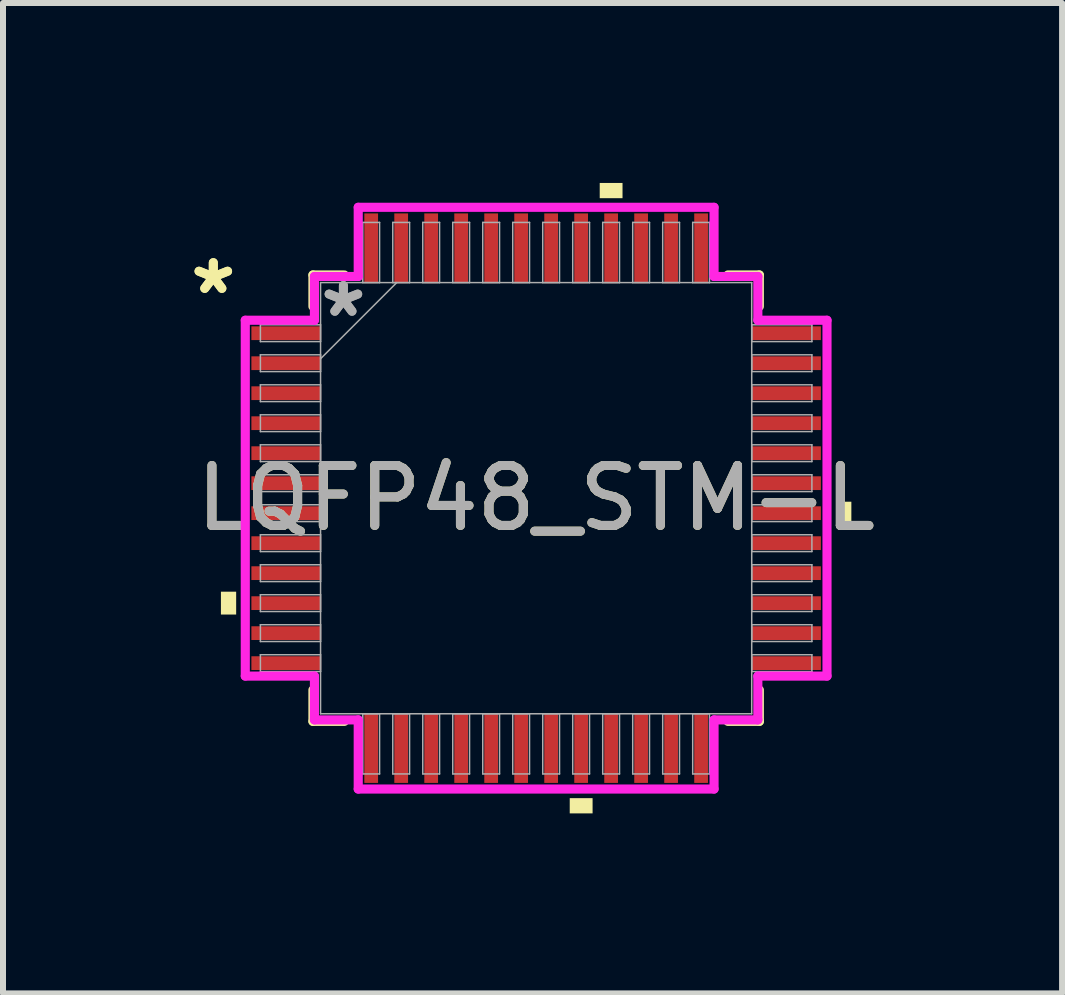
<source format=kicad_pcb>
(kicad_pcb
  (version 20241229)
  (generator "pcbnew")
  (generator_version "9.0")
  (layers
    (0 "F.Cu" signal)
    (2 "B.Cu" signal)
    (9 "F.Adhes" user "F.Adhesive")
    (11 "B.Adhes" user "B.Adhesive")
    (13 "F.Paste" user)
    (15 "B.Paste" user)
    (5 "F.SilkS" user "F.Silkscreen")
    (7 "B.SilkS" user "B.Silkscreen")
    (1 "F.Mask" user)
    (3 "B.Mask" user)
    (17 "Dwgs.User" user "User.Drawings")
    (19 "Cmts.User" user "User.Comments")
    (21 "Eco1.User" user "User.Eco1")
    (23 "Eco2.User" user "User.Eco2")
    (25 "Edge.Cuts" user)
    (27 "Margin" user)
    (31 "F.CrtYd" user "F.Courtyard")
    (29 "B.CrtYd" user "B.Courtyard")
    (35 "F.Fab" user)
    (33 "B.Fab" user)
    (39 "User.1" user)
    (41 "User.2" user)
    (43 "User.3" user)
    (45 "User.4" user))
  (footprint "LQFP48_STM-L"
    (layer "F.Cu")
    (at 5.888 5.255)
    (property "Reference" "LQFP48_STM-L" (at 0 0 0) (unlocked yes) (layer "F.SilkS") (effects (font (size 1 1) (thickness 0.15))))
    (attr smd)
    (fp_line (start -3.721 -3.721) (end -3.721 -3.197) (stroke (width 0.152) (type solid)) (layer "F.SilkS"))
    (fp_line (start -3.721 3.197) (end -3.721 3.721) (stroke (width 0.152) (type solid)) (layer "F.SilkS"))
    (fp_line (start -3.721 3.721) (end -3.197 3.721) (stroke (width 0.152) (type solid)) (layer "F.SilkS"))
    (fp_line (start -3.197 -3.721) (end -3.721 -3.721) (stroke (width 0.152) (type solid)) (layer "F.SilkS"))
    (fp_line (start 3.197 3.721) (end 3.721 3.721) (stroke (width 0.152) (type solid)) (layer "F.SilkS"))
    (fp_line (start 3.721 -3.721) (end 3.197 -3.721) (stroke (width 0.152) (type solid)) (layer "F.SilkS"))
    (fp_line (start 3.721 -3.197) (end 3.721 -3.721) (stroke (width 0.152) (type solid)) (layer "F.SilkS"))
    (fp_line (start 3.721 3.721) (end 3.721 3.197) (stroke (width 0.152) (type solid)) (layer "F.SilkS"))
    (fp_poly (pts (xy -5.255 1.559) (xy -5.255 1.94) (xy -5.001 1.94) (xy -5.001 1.559)) (stroke (width 0) (type solid)) (fill yes) (layer "F.SilkS"))
    (fp_poly (pts (xy 0.56 5.001) (xy 0.56 5.255) (xy 0.941 5.255) (xy 0.941 5.001)) (stroke (width 0) (type solid)) (fill yes) (layer "F.SilkS"))
    (fp_poly (pts (xy 1.06 -5.001) (xy 1.06 -5.255) (xy 1.44 -5.255) (xy 1.44 -5.001)) (stroke (width 0) (type solid)) (fill yes) (layer "F.SilkS"))
    (fp_poly (pts (xy 5.255 0.059) (xy 5.255 0.441) (xy 5.001 0.441) (xy 5.001 0.059)) (stroke (width 0) (type solid)) (fill yes) (layer "F.SilkS"))
    (fp_line (start -4.849 -2.966) (end -3.696 -2.966) (stroke (width 0.152) (type solid)) (layer "F.CrtYd"))
    (fp_line (start -4.849 2.966) (end -4.849 -2.966) (stroke (width 0.152) (type solid)) (layer "F.CrtYd"))
    (fp_line (start -3.696 -3.696) (end -2.966 -3.696) (stroke (width 0.152) (type solid)) (layer "F.CrtYd"))
    (fp_line (start -3.696 -2.966) (end -3.696 -3.696) (stroke (width 0.152) (type solid)) (layer "F.CrtYd"))
    (fp_line (start -3.696 2.966) (end -4.849 2.966) (stroke (width 0.152) (type solid)) (layer "F.CrtYd"))
    (fp_line (start -3.696 3.696) (end -3.696 2.966) (stroke (width 0.152) (type solid)) (layer "F.CrtYd"))
    (fp_line (start -3.696 3.696) (end -2.966 3.696) (stroke (width 0.152) (type solid)) (layer "F.CrtYd"))
    (fp_line (start -2.966 -4.849) (end 2.966 -4.849) (stroke (width 0.152) (type solid)) (layer "F.CrtYd"))
    (fp_line (start -2.966 -3.696) (end -2.966 -4.849) (stroke (width 0.152) (type solid)) (layer "F.CrtYd"))
    (fp_line (start -2.966 3.696) (end -2.966 4.849) (stroke (width 0.152) (type solid)) (layer "F.CrtYd"))
    (fp_line (start -2.966 4.849) (end 2.966 4.849) (stroke (width 0.152) (type solid)) (layer "F.CrtYd"))
    (fp_line (start 2.966 -4.849) (end 2.966 -3.696) (stroke (width 0.152) (type solid)) (layer "F.CrtYd"))
    (fp_line (start 2.966 -3.696) (end 3.696 -3.696) (stroke (width 0.152) (type solid)) (layer "F.CrtYd"))
    (fp_line (start 2.966 3.696) (end 3.696 3.696) (stroke (width 0.152) (type solid)) (layer "F.CrtYd"))
    (fp_line (start 2.966 4.849) (end 2.966 3.696) (stroke (width 0.152) (type solid)) (layer "F.CrtYd"))
    (fp_line (start 3.696 -2.966) (end 3.696 -3.696) (stroke (width 0.152) (type solid)) (layer "F.CrtYd"))
    (fp_line (start 3.696 2.966) (end 4.849 2.966) (stroke (width 0.152) (type solid)) (layer "F.CrtYd"))
    (fp_line (start 3.696 3.696) (end 3.696 2.966) (stroke (width 0.152) (type solid)) (layer "F.CrtYd"))
    (fp_line (start 4.849 -2.966) (end 3.696 -2.966) (stroke (width 0.152) (type solid)) (layer "F.CrtYd"))
    (fp_line (start 4.849 2.966) (end 4.849 -2.966) (stroke (width 0.152) (type solid)) (layer "F.CrtYd"))
    (fp_line (start -4.597 -2.89) (end -4.597 -2.61) (stroke (width 0.025) (type solid)) (layer "F.Fab"))
    (fp_line (start -4.597 -2.61) (end -3.594 -2.61) (stroke (width 0.025) (type solid)) (layer "F.Fab"))
    (fp_line (start -4.597 -2.39) (end -4.597 -2.11) (stroke (width 0.025) (type solid)) (layer "F.Fab"))
    (fp_line (start -4.597 -2.11) (end -3.594 -2.11) (stroke (width 0.025) (type solid)) (layer "F.Fab"))
    (fp_line (start -4.597 -1.89) (end -4.597 -1.61) (stroke (width 0.025) (type solid)) (layer "F.Fab"))
    (fp_line (start -4.597 -1.61) (end -3.594 -1.61) (stroke (width 0.025) (type solid)) (layer "F.Fab"))
    (fp_line (start -4.597 -1.39) (end -4.597 -1.11) (stroke (width 0.025) (type solid)) (layer "F.Fab"))
    (fp_line (start -4.597 -1.11) (end -3.594 -1.11) (stroke (width 0.025) (type solid)) (layer "F.Fab"))
    (fp_line (start -4.597 -0.89) (end -4.597 -0.61) (stroke (width 0.025) (type solid)) (layer "F.Fab"))
    (fp_line (start -4.597 -0.61) (end -3.594 -0.61) (stroke (width 0.025) (type solid)) (layer "F.Fab"))
    (fp_line (start -4.597 -0.39) (end -4.597 -0.11) (stroke (width 0.025) (type solid)) (layer "F.Fab"))
    (fp_line (start -4.597 -0.11) (end -3.594 -0.11) (stroke (width 0.025) (type solid)) (layer "F.Fab"))
    (fp_line (start -4.597 0.11) (end -4.597 0.39) (stroke (width 0.025) (type solid)) (layer "F.Fab"))
    (fp_line (start -4.597 0.39) (end -3.594 0.39) (stroke (width 0.025) (type solid)) (layer "F.Fab"))
    (fp_line (start -4.597 0.61) (end -4.597 0.89) (stroke (width 0.025) (type solid)) (layer "F.Fab"))
    (fp_line (start -4.597 0.89) (end -3.594 0.89) (stroke (width 0.025) (type solid)) (layer "F.Fab"))
    (fp_line (start -4.597 1.11) (end -4.597 1.39) (stroke (width 0.025) (type solid)) (layer "F.Fab"))
    (fp_line (start -4.597 1.39) (end -3.594 1.39) (stroke (width 0.025) (type solid)) (layer "F.Fab"))
    (fp_line (start -4.597 1.61) (end -4.597 1.89) (stroke (width 0.025) (type solid)) (layer "F.Fab"))
    (fp_line (start -4.597 1.89) (end -3.594 1.89) (stroke (width 0.025) (type solid)) (layer "F.Fab"))
    (fp_line (start -4.597 2.11) (end -4.597 2.39) (stroke (width 0.025) (type solid)) (layer "F.Fab"))
    (fp_line (start -4.597 2.39) (end -3.594 2.39) (stroke (width 0.025) (type solid)) (layer "F.Fab"))
    (fp_line (start -4.597 2.61) (end -4.597 2.89) (stroke (width 0.025) (type solid)) (layer "F.Fab"))
    (fp_line (start -4.597 2.89) (end -3.594 2.89) (stroke (width 0.025) (type solid)) (layer "F.Fab"))
    (fp_line (start -3.594 -3.594) (end -3.594 3.594) (stroke (width 0.025) (type solid)) (layer "F.Fab"))
    (fp_line (start -3.594 -2.89) (end -4.597 -2.89) (stroke (width 0.025) (type solid)) (layer "F.Fab"))
    (fp_line (start -3.594 -2.61) (end -3.594 -2.89) (stroke (width 0.025) (type solid)) (layer "F.Fab"))
    (fp_line (start -3.594 -2.39) (end -4.597 -2.39) (stroke (width 0.025) (type solid)) (layer "F.Fab"))
    (fp_line (start -3.594 -2.324) (end -2.324 -3.594) (stroke (width 0.025) (type solid)) (layer "F.Fab"))
    (fp_line (start -3.594 -2.11) (end -3.594 -2.39) (stroke (width 0.025) (type solid)) (layer "F.Fab"))
    (fp_line (start -3.594 -1.89) (end -4.597 -1.89) (stroke (width 0.025) (type solid)) (layer "F.Fab"))
    (fp_line (start -3.594 -1.61) (end -3.594 -1.89) (stroke (width 0.025) (type solid)) (layer "F.Fab"))
    (fp_line (start -3.594 -1.39) (end -4.597 -1.39) (stroke (width 0.025) (type solid)) (layer "F.Fab"))
    (fp_line (start -3.594 -1.11) (end -3.594 -1.39) (stroke (width 0.025) (type solid)) (layer "F.Fab"))
    (fp_line (start -3.594 -0.89) (end -4.597 -0.89) (stroke (width 0.025) (type solid)) (layer "F.Fab"))
    (fp_line (start -3.594 -0.61) (end -3.594 -0.89) (stroke (width 0.025) (type solid)) (layer "F.Fab"))
    (fp_line (start -3.594 -0.39) (end -4.597 -0.39) (stroke (width 0.025) (type solid)) (layer "F.Fab"))
    (fp_line (start -3.594 -0.11) (end -3.594 -0.39) (stroke (width 0.025) (type solid)) (layer "F.Fab"))
    (fp_line (start -3.594 0.11) (end -4.597 0.11) (stroke (width 0.025) (type solid)) (layer "F.Fab"))
    (fp_line (start -3.594 0.39) (end -3.594 0.11) (stroke (width 0.025) (type solid)) (layer "F.Fab"))
    (fp_line (start -3.594 0.61) (end -4.597 0.61) (stroke (width 0.025) (type solid)) (layer "F.Fab"))
    (fp_line (start -3.594 0.89) (end -3.594 0.61) (stroke (width 0.025) (type solid)) (layer "F.Fab"))
    (fp_line (start -3.594 1.11) (end -4.597 1.11) (stroke (width 0.025) (type solid)) (layer "F.Fab"))
    (fp_line (start -3.594 1.39) (end -3.594 1.11) (stroke (width 0.025) (type solid)) (layer "F.Fab"))
    (fp_line (start -3.594 1.61) (end -4.597 1.61) (stroke (width 0.025) (type solid)) (layer "F.Fab"))
    (fp_line (start -3.594 1.89) (end -3.594 1.61) (stroke (width 0.025) (type solid)) (layer "F.Fab"))
    (fp_line (start -3.594 2.11) (end -4.597 2.11) (stroke (width 0.025) (type solid)) (layer "F.Fab"))
    (fp_line (start -3.594 2.39) (end -3.594 2.11) (stroke (width 0.025) (type solid)) (layer "F.Fab"))
    (fp_line (start -3.594 2.61) (end -4.597 2.61) (stroke (width 0.025) (type solid)) (layer "F.Fab"))
    (fp_line (start -3.594 2.89) (end -3.594 2.61) (stroke (width 0.025) (type solid)) (layer "F.Fab"))
    (fp_line (start -3.594 3.594) (end 3.594 3.594) (stroke (width 0.025) (type solid)) (layer "F.Fab"))
    (fp_line (start -2.89 -4.597) (end -2.89 -3.594) (stroke (width 0.025) (type solid)) (layer "F.Fab"))
    (fp_line (start -2.89 -3.594) (end -2.61 -3.594) (stroke (width 0.025) (type solid)) (layer "F.Fab"))
    (fp_line (start -2.89 3.594) (end -2.89 4.597) (stroke (width 0.025) (type solid)) (layer "F.Fab"))
    (fp_line (start -2.89 4.597) (end -2.61 4.597) (stroke (width 0.025) (type solid)) (layer "F.Fab"))
    (fp_line (start -2.61 -4.597) (end -2.89 -4.597) (stroke (width 0.025) (type solid)) (layer "F.Fab"))
    (fp_line (start -2.61 -3.594) (end -2.61 -4.597) (stroke (width 0.025) (type solid)) (layer "F.Fab"))
    (fp_line (start -2.61 3.594) (end -2.89 3.594) (stroke (width 0.025) (type solid)) (layer "F.Fab"))
    (fp_line (start -2.61 4.597) (end -2.61 3.594) (stroke (width 0.025) (type solid)) (layer "F.Fab"))
    (fp_line (start -2.39 -4.597) (end -2.39 -3.594) (stroke (width 0.025) (type solid)) (layer "F.Fab"))
    (fp_line (start -2.39 -3.594) (end -2.11 -3.594) (stroke (width 0.025) (type solid)) (layer "F.Fab"))
    (fp_line (start -2.39 3.594) (end -2.39 4.597) (stroke (width 0.025) (type solid)) (layer "F.Fab"))
    (fp_line (start -2.39 4.597) (end -2.11 4.597) (stroke (width 0.025) (type solid)) (layer "F.Fab"))
    (fp_line (start -2.11 -4.597) (end -2.39 -4.597) (stroke (width 0.025) (type solid)) (layer "F.Fab"))
    (fp_line (start -2.11 -3.594) (end -2.11 -4.597) (stroke (width 0.025) (type solid)) (layer "F.Fab"))
    (fp_line (start -2.11 3.594) (end -2.39 3.594) (stroke (width 0.025) (type solid)) (layer "F.Fab"))
    (fp_line (start -2.11 4.597) (end -2.11 3.594) (stroke (width 0.025) (type solid)) (layer "F.Fab"))
    (fp_line (start -1.89 -4.597) (end -1.89 -3.594) (stroke (width 0.025) (type solid)) (layer "F.Fab"))
    (fp_line (start -1.89 -3.594) (end -1.61 -3.594) (stroke (width 0.025) (type solid)) (layer "F.Fab"))
    (fp_line (start -1.89 3.594) (end -1.89 4.597) (stroke (width 0.025) (type solid)) (layer "F.Fab"))
    (fp_line (start -1.89 4.597) (end -1.61 4.597) (stroke (width 0.025) (type solid)) (layer "F.Fab"))
    (fp_line (start -1.61 -4.597) (end -1.89 -4.597) (stroke (width 0.025) (type solid)) (layer "F.Fab"))
    (fp_line (start -1.61 -3.594) (end -1.61 -4.597) (stroke (width 0.025) (type solid)) (layer "F.Fab"))
    (fp_line (start -1.61 3.594) (end -1.89 3.594) (stroke (width 0.025) (type solid)) (layer "F.Fab"))
    (fp_line (start -1.61 4.597) (end -1.61 3.594) (stroke (width 0.025) (type solid)) (layer "F.Fab"))
    (fp_line (start -1.39 -4.597) (end -1.39 -3.594) (stroke (width 0.025) (type solid)) (layer "F.Fab"))
    (fp_line (start -1.39 -3.594) (end -1.11 -3.594) (stroke (width 0.025) (type solid)) (layer "F.Fab"))
    (fp_line (start -1.39 3.594) (end -1.39 4.597) (stroke (width 0.025) (type solid)) (layer "F.Fab"))
    (fp_line (start -1.39 4.597) (end -1.11 4.597) (stroke (width 0.025) (type solid)) (layer "F.Fab"))
    (fp_line (start -1.11 -4.597) (end -1.39 -4.597) (stroke (width 0.025) (type solid)) (layer "F.Fab"))
    (fp_line (start -1.11 -3.594) (end -1.11 -4.597) (stroke (width 0.025) (type solid)) (layer "F.Fab"))
    (fp_line (start -1.11 3.594) (end -1.39 3.594) (stroke (width 0.025) (type solid)) (layer "F.Fab"))
    (fp_line (start -1.11 4.597) (end -1.11 3.594) (stroke (width 0.025) (type solid)) (layer "F.Fab"))
    (fp_line (start -0.89 -4.597) (end -0.89 -3.594) (stroke (width 0.025) (type solid)) (layer "F.Fab"))
    (fp_line (start -0.89 -3.594) (end -0.61 -3.594) (stroke (width 0.025) (type solid)) (layer "F.Fab"))
    (fp_line (start -0.89 3.594) (end -0.89 4.597) (stroke (width 0.025) (type solid)) (layer "F.Fab"))
    (fp_line (start -0.89 4.597) (end -0.61 4.597) (stroke (width 0.025) (type solid)) (layer "F.Fab"))
    (fp_line (start -0.61 -4.597) (end -0.89 -4.597) (stroke (width 0.025) (type solid)) (layer "F.Fab"))
    (fp_line (start -0.61 -3.594) (end -0.61 -4.597) (stroke (width 0.025) (type solid)) (layer "F.Fab"))
    (fp_line (start -0.61 3.594) (end -0.89 3.594) (stroke (width 0.025) (type solid)) (layer "F.Fab"))
    (fp_line (start -0.61 4.597) (end -0.61 3.594) (stroke (width 0.025) (type solid)) (layer "F.Fab"))
    (fp_line (start -0.39 -4.597) (end -0.39 -3.594) (stroke (width 0.025) (type solid)) (layer "F.Fab"))
    (fp_line (start -0.39 -3.594) (end -0.11 -3.594) (stroke (width 0.025) (type solid)) (layer "F.Fab"))
    (fp_line (start -0.39 3.594) (end -0.39 4.597) (stroke (width 0.025) (type solid)) (layer "F.Fab"))
    (fp_line (start -0.39 4.597) (end -0.11 4.597) (stroke (width 0.025) (type solid)) (layer "F.Fab"))
    (fp_line (start -0.11 -4.597) (end -0.39 -4.597) (stroke (width 0.025) (type solid)) (layer "F.Fab"))
    (fp_line (start -0.11 -3.594) (end -0.11 -4.597) (stroke (width 0.025) (type solid)) (layer "F.Fab"))
    (fp_line (start -0.11 3.594) (end -0.39 3.594) (stroke (width 0.025) (type solid)) (layer "F.Fab"))
    (fp_line (start -0.11 4.597) (end -0.11 3.594) (stroke (width 0.025) (type solid)) (layer "F.Fab"))
    (fp_line (start 0.11 -4.597) (end 0.11 -3.594) (stroke (width 0.025) (type solid)) (layer "F.Fab"))
    (fp_line (start 0.11 -3.594) (end 0.39 -3.594) (stroke (width 0.025) (type solid)) (layer "F.Fab"))
    (fp_line (start 0.11 3.594) (end 0.11 4.597) (stroke (width 0.025) (type solid)) (layer "F.Fab"))
    (fp_line (start 0.11 4.597) (end 0.39 4.597) (stroke (width 0.025) (type solid)) (layer "F.Fab"))
    (fp_line (start 0.39 -4.597) (end 0.11 -4.597) (stroke (width 0.025) (type solid)) (layer "F.Fab"))
    (fp_line (start 0.39 -3.594) (end 0.39 -4.597) (stroke (width 0.025) (type solid)) (layer "F.Fab"))
    (fp_line (start 0.39 3.594) (end 0.11 3.594) (stroke (width 0.025) (type solid)) (layer "F.Fab"))
    (fp_line (start 0.39 4.597) (end 0.39 3.594) (stroke (width 0.025) (type solid)) (layer "F.Fab"))
    (fp_line (start 0.61 -4.597) (end 0.61 -3.594) (stroke (width 0.025) (type solid)) (layer "F.Fab"))
    (fp_line (start 0.61 -3.594) (end 0.89 -3.594) (stroke (width 0.025) (type solid)) (layer "F.Fab"))
    (fp_line (start 0.61 3.594) (end 0.61 4.597) (stroke (width 0.025) (type solid)) (layer "F.Fab"))
    (fp_line (start 0.61 4.597) (end 0.89 4.597) (stroke (width 0.025) (type solid)) (layer "F.Fab"))
    (fp_line (start 0.89 -4.597) (end 0.61 -4.597) (stroke (width 0.025) (type solid)) (layer "F.Fab"))
    (fp_line (start 0.89 -3.594) (end 0.89 -4.597) (stroke (width 0.025) (type solid)) (layer "F.Fab"))
    (fp_line (start 0.89 3.594) (end 0.61 3.594) (stroke (width 0.025) (type solid)) (layer "F.Fab"))
    (fp_line (start 0.89 4.597) (end 0.89 3.594) (stroke (width 0.025) (type solid)) (layer "F.Fab"))
    (fp_line (start 1.11 -4.597) (end 1.11 -3.594) (stroke (width 0.025) (type solid)) (layer "F.Fab"))
    (fp_line (start 1.11 -3.594) (end 1.39 -3.594) (stroke (width 0.025) (type solid)) (layer "F.Fab"))
    (fp_line (start 1.11 3.594) (end 1.11 4.597) (stroke (width 0.025) (type solid)) (layer "F.Fab"))
    (fp_line (start 1.11 4.597) (end 1.39 4.597) (stroke (width 0.025) (type solid)) (layer "F.Fab"))
    (fp_line (start 1.39 -4.597) (end 1.11 -4.597) (stroke (width 0.025) (type solid)) (layer "F.Fab"))
    (fp_line (start 1.39 -3.594) (end 1.39 -4.597) (stroke (width 0.025) (type solid)) (layer "F.Fab"))
    (fp_line (start 1.39 3.594) (end 1.11 3.594) (stroke (width 0.025) (type solid)) (layer "F.Fab"))
    (fp_line (start 1.39 4.597) (end 1.39 3.594) (stroke (width 0.025) (type solid)) (layer "F.Fab"))
    (fp_line (start 1.61 -4.597) (end 1.61 -3.594) (stroke (width 0.025) (type solid)) (layer "F.Fab"))
    (fp_line (start 1.61 -3.594) (end 1.89 -3.594) (stroke (width 0.025) (type solid)) (layer "F.Fab"))
    (fp_line (start 1.61 3.594) (end 1.61 4.597) (stroke (width 0.025) (type solid)) (layer "F.Fab"))
    (fp_line (start 1.61 4.597) (end 1.89 4.597) (stroke (width 0.025) (type solid)) (layer "F.Fab"))
    (fp_line (start 1.89 -4.597) (end 1.61 -4.597) (stroke (width 0.025) (type solid)) (layer "F.Fab"))
    (fp_line (start 1.89 -3.594) (end 1.89 -4.597) (stroke (width 0.025) (type solid)) (layer "F.Fab"))
    (fp_line (start 1.89 3.594) (end 1.61 3.594) (stroke (width 0.025) (type solid)) (layer "F.Fab"))
    (fp_line (start 1.89 4.597) (end 1.89 3.594) (stroke (width 0.025) (type solid)) (layer "F.Fab"))
    (fp_line (start 2.11 -4.597) (end 2.11 -3.594) (stroke (width 0.025) (type solid)) (layer "F.Fab"))
    (fp_line (start 2.11 -3.594) (end 2.39 -3.594) (stroke (width 0.025) (type solid)) (layer "F.Fab"))
    (fp_line (start 2.11 3.594) (end 2.11 4.597) (stroke (width 0.025) (type solid)) (layer "F.Fab"))
    (fp_line (start 2.11 4.597) (end 2.39 4.597) (stroke (width 0.025) (type solid)) (layer "F.Fab"))
    (fp_line (start 2.39 -4.597) (end 2.11 -4.597) (stroke (width 0.025) (type solid)) (layer "F.Fab"))
    (fp_line (start 2.39 -3.594) (end 2.39 -4.597) (stroke (width 0.025) (type solid)) (layer "F.Fab"))
    (fp_line (start 2.39 3.594) (end 2.11 3.594) (stroke (width 0.025) (type solid)) (layer "F.Fab"))
    (fp_line (start 2.39 4.597) (end 2.39 3.594) (stroke (width 0.025) (type solid)) (layer "F.Fab"))
    (fp_line (start 2.61 -4.597) (end 2.61 -3.594) (stroke (width 0.025) (type solid)) (layer "F.Fab"))
    (fp_line (start 2.61 -3.594) (end 2.89 -3.594) (stroke (width 0.025) (type solid)) (layer "F.Fab"))
    (fp_line (start 2.61 3.594) (end 2.61 4.597) (stroke (width 0.025) (type solid)) (layer "F.Fab"))
    (fp_line (start 2.61 4.597) (end 2.89 4.597) (stroke (width 0.025) (type solid)) (layer "F.Fab"))
    (fp_line (start 2.89 -4.597) (end 2.61 -4.597) (stroke (width 0.025) (type solid)) (layer "F.Fab"))
    (fp_line (start 2.89 -3.594) (end 2.89 -4.597) (stroke (width 0.025) (type solid)) (layer "F.Fab"))
    (fp_line (start 2.89 3.594) (end 2.61 3.594) (stroke (width 0.025) (type solid)) (layer "F.Fab"))
    (fp_line (start 2.89 4.597) (end 2.89 3.594) (stroke (width 0.025) (type solid)) (layer "F.Fab"))
    (fp_line (start 3.594 -3.594) (end -3.594 -3.594) (stroke (width 0.025) (type solid)) (layer "F.Fab"))
    (fp_line (start 3.594 -2.89) (end 3.594 -2.61) (stroke (width 0.025) (type solid)) (layer "F.Fab"))
    (fp_line (start 3.594 -2.61) (end 4.597 -2.61) (stroke (width 0.025) (type solid)) (layer "F.Fab"))
    (fp_line (start 3.594 -2.39) (end 3.594 -2.11) (stroke (width 0.025) (type solid)) (layer "F.Fab"))
    (fp_line (start 3.594 -2.11) (end 4.597 -2.11) (stroke (width 0.025) (type solid)) (layer "F.Fab"))
    (fp_line (start 3.594 -1.89) (end 3.594 -1.61) (stroke (width 0.025) (type solid)) (layer "F.Fab"))
    (fp_line (start 3.594 -1.61) (end 4.597 -1.61) (stroke (width 0.025) (type solid)) (layer "F.Fab"))
    (fp_line (start 3.594 -1.39) (end 3.594 -1.11) (stroke (width 0.025) (type solid)) (layer "F.Fab"))
    (fp_line (start 3.594 -1.11) (end 4.597 -1.11) (stroke (width 0.025) (type solid)) (layer "F.Fab"))
    (fp_line (start 3.594 -0.89) (end 3.594 -0.61) (stroke (width 0.025) (type solid)) (layer "F.Fab"))
    (fp_line (start 3.594 -0.61) (end 4.597 -0.61) (stroke (width 0.025) (type solid)) (layer "F.Fab"))
    (fp_line (start 3.594 -0.39) (end 3.594 -0.11) (stroke (width 0.025) (type solid)) (layer "F.Fab"))
    (fp_line (start 3.594 -0.11) (end 4.597 -0.11) (stroke (width 0.025) (type solid)) (layer "F.Fab"))
    (fp_line (start 3.594 0.11) (end 3.594 0.39) (stroke (width 0.025) (type solid)) (layer "F.Fab"))
    (fp_line (start 3.594 0.39) (end 4.597 0.39) (stroke (width 0.025) (type solid)) (layer "F.Fab"))
    (fp_line (start 3.594 0.61) (end 3.594 0.89) (stroke (width 0.025) (type solid)) (layer "F.Fab"))
    (fp_line (start 3.594 0.89) (end 4.597 0.89) (stroke (width 0.025) (type solid)) (layer "F.Fab"))
    (fp_line (start 3.594 1.11) (end 3.594 1.39) (stroke (width 0.025) (type solid)) (layer "F.Fab"))
    (fp_line (start 3.594 1.39) (end 4.597 1.39) (stroke (width 0.025) (type solid)) (layer "F.Fab"))
    (fp_line (start 3.594 1.61) (end 3.594 1.89) (stroke (width 0.025) (type solid)) (layer "F.Fab"))
    (fp_line (start 3.594 1.89) (end 4.597 1.89) (stroke (width 0.025) (type solid)) (layer "F.Fab"))
    (fp_line (start 3.594 2.11) (end 3.594 2.39) (stroke (width 0.025) (type solid)) (layer "F.Fab"))
    (fp_line (start 3.594 2.39) (end 4.597 2.39) (stroke (width 0.025) (type solid)) (layer "F.Fab"))
    (fp_line (start 3.594 2.61) (end 3.594 2.89) (stroke (width 0.025) (type solid)) (layer "F.Fab"))
    (fp_line (start 3.594 2.89) (end 4.597 2.89) (stroke (width 0.025) (type solid)) (layer "F.Fab"))
    (fp_line (start 3.594 3.594) (end 3.594 -3.594) (stroke (width 0.025) (type solid)) (layer "F.Fab"))
    (fp_line (start 4.597 -2.89) (end 3.594 -2.89) (stroke (width 0.025) (type solid)) (layer "F.Fab"))
    (fp_line (start 4.597 -2.61) (end 4.597 -2.89) (stroke (width 0.025) (type solid)) (layer "F.Fab"))
    (fp_line (start 4.597 -2.39) (end 3.594 -2.39) (stroke (width 0.025) (type solid)) (layer "F.Fab"))
    (fp_line (start 4.597 -2.11) (end 4.597 -2.39) (stroke (width 0.025) (type solid)) (layer "F.Fab"))
    (fp_line (start 4.597 -1.89) (end 3.594 -1.89) (stroke (width 0.025) (type solid)) (layer "F.Fab"))
    (fp_line (start 4.597 -1.61) (end 4.597 -1.89) (stroke (width 0.025) (type solid)) (layer "F.Fab"))
    (fp_line (start 4.597 -1.39) (end 3.594 -1.39) (stroke (width 0.025) (type solid)) (layer "F.Fab"))
    (fp_line (start 4.597 -1.11) (end 4.597 -1.39) (stroke (width 0.025) (type solid)) (layer "F.Fab"))
    (fp_line (start 4.597 -0.89) (end 3.594 -0.89) (stroke (width 0.025) (type solid)) (layer "F.Fab"))
    (fp_line (start 4.597 -0.61) (end 4.597 -0.89) (stroke (width 0.025) (type solid)) (layer "F.Fab"))
    (fp_line (start 4.597 -0.39) (end 3.594 -0.39) (stroke (width 0.025) (type solid)) (layer "F.Fab"))
    (fp_line (start 4.597 -0.11) (end 4.597 -0.39) (stroke (width 0.025) (type solid)) (layer "F.Fab"))
    (fp_line (start 4.597 0.11) (end 3.594 0.11) (stroke (width 0.025) (type solid)) (layer "F.Fab"))
    (fp_line (start 4.597 0.39) (end 4.597 0.11) (stroke (width 0.025) (type solid)) (layer "F.Fab"))
    (fp_line (start 4.597 0.61) (end 3.594 0.61) (stroke (width 0.025) (type solid)) (layer "F.Fab"))
    (fp_line (start 4.597 0.89) (end 4.597 0.61) (stroke (width 0.025) (type solid)) (layer "F.Fab"))
    (fp_line (start 4.597 1.11) (end 3.594 1.11) (stroke (width 0.025) (type solid)) (layer "F.Fab"))
    (fp_line (start 4.597 1.39) (end 4.597 1.11) (stroke (width 0.025) (type solid)) (layer "F.Fab"))
    (fp_line (start 4.597 1.61) (end 3.594 1.61) (stroke (width 0.025) (type solid)) (layer "F.Fab"))
    (fp_line (start 4.597 1.89) (end 4.597 1.61) (stroke (width 0.025) (type solid)) (layer "F.Fab"))
    (fp_line (start 4.597 2.11) (end 3.594 2.11) (stroke (width 0.025) (type solid)) (layer "F.Fab"))
    (fp_line (start 4.597 2.39) (end 4.597 2.11) (stroke (width 0.025) (type solid)) (layer "F.Fab"))
    (fp_line (start 4.597 2.61) (end 3.594 2.61) (stroke (width 0.025) (type solid)) (layer "F.Fab"))
    (fp_line (start 4.597 2.89) (end 4.597 2.61) (stroke (width 0.025) (type solid)) (layer "F.Fab"))
    (fp_text user "*" (at -5.382 -3.381 0) (layer "F.SilkS") (effects (font (size 1 1) (thickness 0.15))))
    (fp_text user "*" (at -5.382 -3.381 0) (unlocked yes) (layer "F.SilkS") (effects (font (size 1 1) (thickness 0.15))))
    (fp_text user "*" (at -3.213 -3 0) (layer "F.Fab") (effects (font (size 1 1) (thickness 0.15))))
    (fp_text user "*" (at -3.213 -3 0) (unlocked yes) (layer "F.Fab") (effects (font (size 1 1) (thickness 0.15))))
    (fp_text user "${REFERENCE}" (at 0 0 0) (unlocked yes) (layer "F.Fab") (effects (font (size 1 1) (thickness 0.15))))
    (pad "1" smd rect (at -4.166 -2.75 90) (size 0.229 1.162) (layers "F.Cu" "F.Mask" "F.Paste"))
    (pad "2" smd rect (at -4.166 -2.25 90) (size 0.229 1.162) (layers "F.Cu" "F.Mask" "F.Paste"))
    (pad "3" smd rect (at -4.166 -1.75 90) (size 0.229 1.162) (layers "F.Cu" "F.Mask" "F.Paste"))
    (pad "4" smd rect (at -4.166 -1.25 90) (size 0.229 1.162) (layers "F.Cu" "F.Mask" "F.Paste"))
    (pad "5" smd rect (at -4.166 -0.75 90) (size 0.229 1.162) (layers "F.Cu" "F.Mask" "F.Paste"))
    (pad "6" smd rect (at -4.166 -0.25 90) (size 0.229 1.162) (layers "F.Cu" "F.Mask" "F.Paste"))
    (pad "7" smd rect (at -4.166 0.25 90) (size 0.229 1.162) (layers "F.Cu" "F.Mask" "F.Paste"))
    (pad "8" smd rect (at -4.166 0.75 90) (size 0.229 1.162) (layers "F.Cu" "F.Mask" "F.Paste"))
    (pad "9" smd rect (at -4.166 1.25 90) (size 0.229 1.162) (layers "F.Cu" "F.Mask" "F.Paste"))
    (pad "10" smd rect (at -4.166 1.75 90) (size 0.229 1.162) (layers "F.Cu" "F.Mask" "F.Paste"))
    (pad "11" smd rect (at -4.166 2.25 90) (size 0.229 1.162) (layers "F.Cu" "F.Mask" "F.Paste"))
    (pad "12" smd rect (at -4.166 2.75 90) (size 0.229 1.162) (layers "F.Cu" "F.Mask" "F.Paste"))
    (pad "13" smd rect (at -2.75 4.166) (size 0.229 1.162) (layers "F.Cu" "F.Mask" "F.Paste"))
    (pad "14" smd rect (at -2.25 4.166) (size 0.229 1.162) (layers "F.Cu" "F.Mask" "F.Paste"))
    (pad "15" smd rect (at -1.75 4.166) (size 0.229 1.162) (layers "F.Cu" "F.Mask" "F.Paste"))
    (pad "16" smd rect (at -1.25 4.166) (size 0.229 1.162) (layers "F.Cu" "F.Mask" "F.Paste"))
    (pad "17" smd rect (at -0.75 4.166) (size 0.229 1.162) (layers "F.Cu" "F.Mask" "F.Paste"))
    (pad "18" smd rect (at -0.25 4.166) (size 0.229 1.162) (layers "F.Cu" "F.Mask" "F.Paste"))
    (pad "19" smd rect (at 0.25 4.166) (size 0.229 1.162) (layers "F.Cu" "F.Mask" "F.Paste"))
    (pad "20" smd rect (at 0.75 4.166) (size 0.229 1.162) (layers "F.Cu" "F.Mask" "F.Paste"))
    (pad "21" smd rect (at 1.25 4.166) (size 0.229 1.162) (layers "F.Cu" "F.Mask" "F.Paste"))
    (pad "22" smd rect (at 1.75 4.166) (size 0.229 1.162) (layers "F.Cu" "F.Mask" "F.Paste"))
    (pad "23" smd rect (at 2.25 4.166) (size 0.229 1.162) (layers "F.Cu" "F.Mask" "F.Paste"))
    (pad "24" smd rect (at 2.75 4.166) (size 0.229 1.162) (layers "F.Cu" "F.Mask" "F.Paste"))
    (pad "25" smd rect (at 4.166 2.75 90) (size 0.229 1.162) (layers "F.Cu" "F.Mask" "F.Paste"))
    (pad "26" smd rect (at 4.166 2.25 90) (size 0.229 1.162) (layers "F.Cu" "F.Mask" "F.Paste"))
    (pad "27" smd rect (at 4.166 1.75 90) (size 0.229 1.162) (layers "F.Cu" "F.Mask" "F.Paste"))
    (pad "28" smd rect (at 4.166 1.25 90) (size 0.229 1.162) (layers "F.Cu" "F.Mask" "F.Paste"))
    (pad "29" smd rect (at 4.166 0.75 90) (size 0.229 1.162) (layers "F.Cu" "F.Mask" "F.Paste"))
    (pad "30" smd rect (at 4.166 0.25 90) (size 0.229 1.162) (layers "F.Cu" "F.Mask" "F.Paste"))
    (pad "31" smd rect (at 4.166 -0.25 90) (size 0.229 1.162) (layers "F.Cu" "F.Mask" "F.Paste"))
    (pad "32" smd rect (at 4.166 -0.75 90) (size 0.229 1.162) (layers "F.Cu" "F.Mask" "F.Paste"))
    (pad "33" smd rect (at 4.166 -1.25 90) (size 0.229 1.162) (layers "F.Cu" "F.Mask" "F.Paste"))
    (pad "34" smd rect (at 4.166 -1.75 90) (size 0.229 1.162) (layers "F.Cu" "F.Mask" "F.Paste"))
    (pad "35" smd rect (at 4.166 -2.25 90) (size 0.229 1.162) (layers "F.Cu" "F.Mask" "F.Paste"))
    (pad "36" smd rect (at 4.166 -2.75 90) (size 0.229 1.162) (layers "F.Cu" "F.Mask" "F.Paste"))
    (pad "37" smd rect (at 2.75 -4.166) (size 0.229 1.162) (layers "F.Cu" "F.Mask" "F.Paste"))
    (pad "38" smd rect (at 2.25 -4.166) (size 0.229 1.162) (layers "F.Cu" "F.Mask" "F.Paste"))
    (pad "39" smd rect (at 1.75 -4.166) (size 0.229 1.162) (layers "F.Cu" "F.Mask" "F.Paste"))
    (pad "40" smd rect (at 1.25 -4.166) (size 0.229 1.162) (layers "F.Cu" "F.Mask" "F.Paste"))
    (pad "41" smd rect (at 0.75 -4.166) (size 0.229 1.162) (layers "F.Cu" "F.Mask" "F.Paste"))
    (pad "42" smd rect (at 0.25 -4.166) (size 0.229 1.162) (layers "F.Cu" "F.Mask" "F.Paste"))
    (pad "43" smd rect (at -0.25 -4.166) (size 0.229 1.162) (layers "F.Cu" "F.Mask" "F.Paste"))
    (pad "44" smd rect (at -0.75 -4.166) (size 0.229 1.162) (layers "F.Cu" "F.Mask" "F.Paste"))
    (pad "45" smd rect (at -1.25 -4.166) (size 0.229 1.162) (layers "F.Cu" "F.Mask" "F.Paste"))
    (pad "46" smd rect (at -1.75 -4.166) (size 0.229 1.162) (layers "F.Cu" "F.Mask" "F.Paste"))
    (pad "47" smd rect (at -2.25 -4.166) (size 0.229 1.162) (layers "F.Cu" "F.Mask" "F.Paste"))
    (pad "48" smd rect (at -2.75 -4.166) (size 0.229 1.162) (layers "F.Cu" "F.Mask" "F.Paste")))
  (gr_rect
    (start -3 -3)
    (end 14.656 13.511)
    (stroke (width 0.1) (type default))
    (fill no)
    (layer "Edge.Cuts")))
</source>
